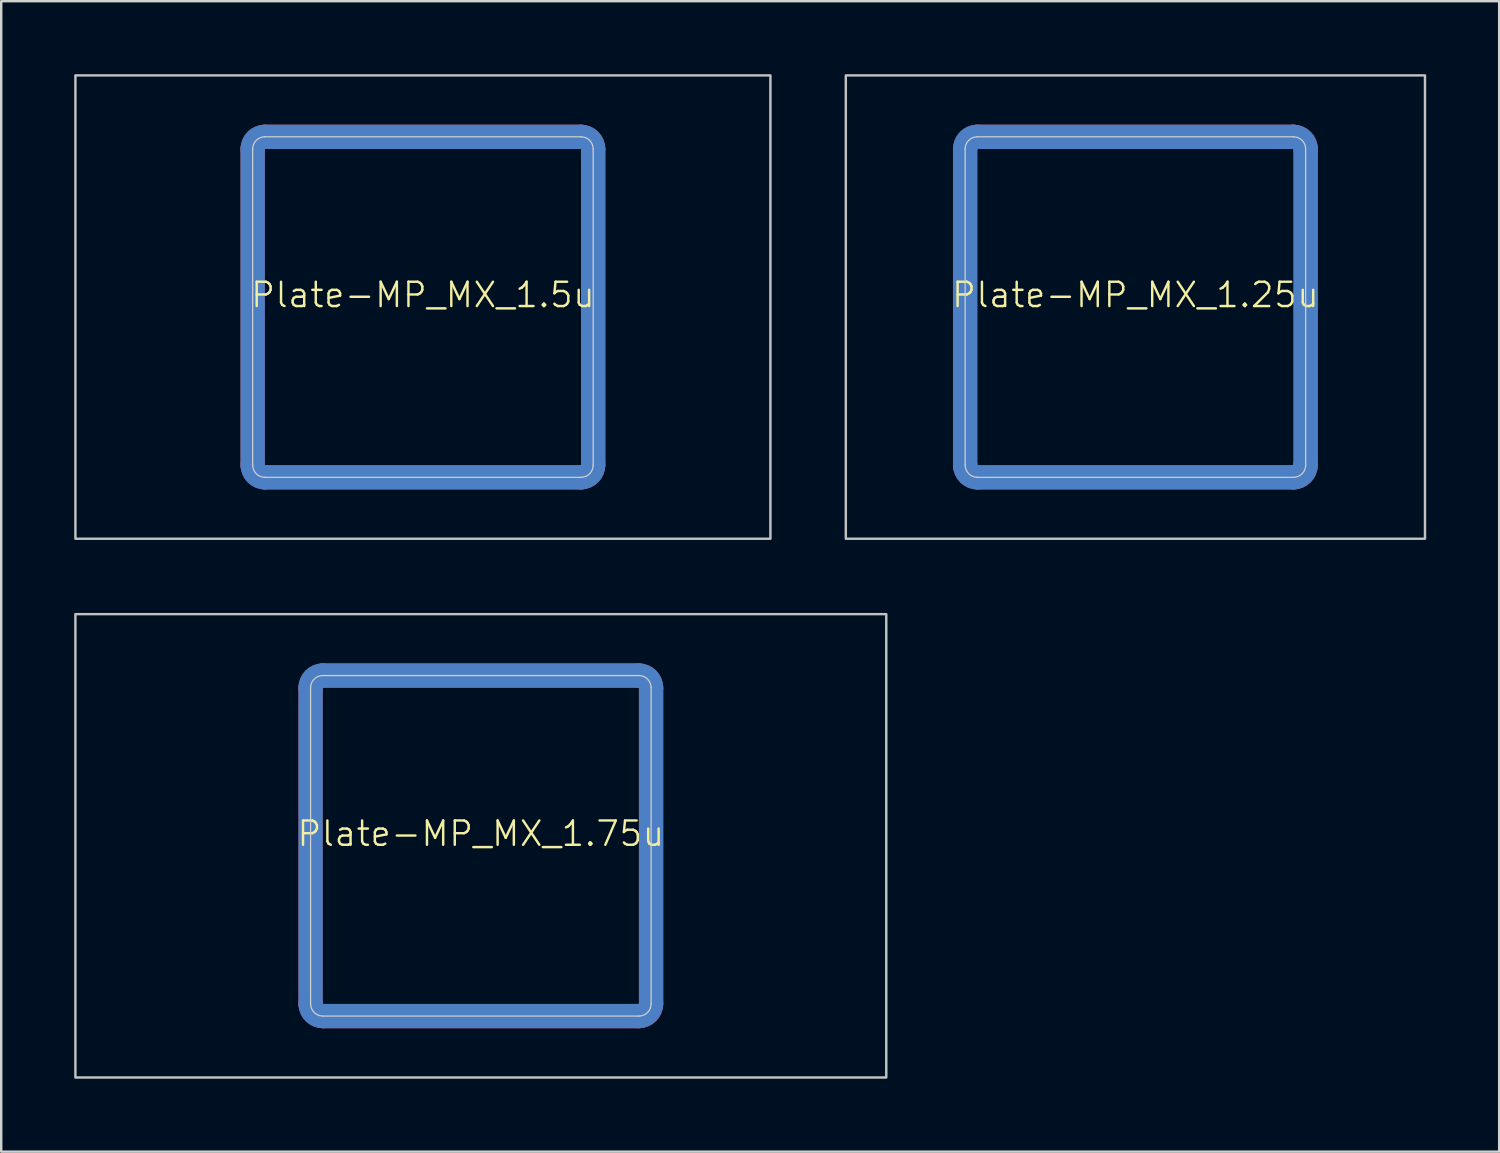
<source format=kicad_pcb>
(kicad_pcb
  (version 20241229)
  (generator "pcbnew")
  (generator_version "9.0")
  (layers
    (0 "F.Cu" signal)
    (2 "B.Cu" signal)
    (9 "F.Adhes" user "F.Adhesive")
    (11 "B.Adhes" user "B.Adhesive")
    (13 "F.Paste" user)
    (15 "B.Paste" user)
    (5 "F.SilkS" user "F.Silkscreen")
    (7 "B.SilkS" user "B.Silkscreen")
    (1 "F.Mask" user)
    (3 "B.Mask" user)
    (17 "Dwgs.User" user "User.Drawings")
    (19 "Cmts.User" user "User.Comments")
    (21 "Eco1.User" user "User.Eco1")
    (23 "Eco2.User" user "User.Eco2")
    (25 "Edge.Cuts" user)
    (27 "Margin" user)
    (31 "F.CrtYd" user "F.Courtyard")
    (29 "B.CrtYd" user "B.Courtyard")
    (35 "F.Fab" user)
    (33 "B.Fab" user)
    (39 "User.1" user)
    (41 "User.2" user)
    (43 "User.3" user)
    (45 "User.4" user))
  (footprint "Plate-MP_MX_1.75u"
    (layer "F.Cu")
    (at 16.719 31.725)
    (property "Reference" "Plate-MP_MX_1.75u" (at 0 -0.5 0) (unlocked yes) (layer "F.SilkS") (effects (font (size 1 1) (thickness 0.1))))
    (attr exclude_from_pos_files exclude_from_bom allow_missing_courtyard)
    (fp_line (start -7 -6.5) (end -7 6.5) (stroke (width 1) (type solid)) (layer "F.Cu"))
    (fp_line (start -6.5 7) (end 6.5 7) (stroke (width 1) (type solid)) (layer "F.Cu"))
    (fp_line (start 6.5 -7) (end -6.5 -7) (stroke (width 1) (type solid)) (layer "F.Cu"))
    (fp_line (start 7 6.5) (end 7 -6.5) (stroke (width 1) (type solid)) (layer "F.Cu"))
    (fp_arc (start -7 -6.5) (mid -6.853554 -6.853554) (end -6.5 -7) (stroke (width 1) (type solid)) (layer "F.Cu"))
    (fp_arc (start -6.497236 6.998884) (mid -6.85079 6.852438) (end -6.997236 6.498884) (stroke (width 1) (type solid)) (layer "F.Cu"))
    (fp_arc (start 6.5 -7) (mid 6.853554 -6.853554) (end 7 -6.5) (stroke (width 1) (type solid)) (layer "F.Cu"))
    (fp_arc (start 7 6.5) (mid 6.853554 6.853554) (end 6.5 7) (stroke (width 1) (type solid)) (layer "F.Cu"))
    (fp_line (start -7 -6.5) (end -7 6.5) (stroke (width 1.1) (type solid)) (layer "F.Mask"))
    (fp_line (start -6.5 7) (end 6.5 7) (stroke (width 1.1) (type solid)) (layer "F.Mask"))
    (fp_line (start 6.5 -7) (end -6.5 -7) (stroke (width 1.1) (type solid)) (layer "F.Mask"))
    (fp_line (start 7 6.5) (end 7 -6.5) (stroke (width 1.1) (type solid)) (layer "F.Mask"))
    (fp_arc (start -7 -6.5) (mid -6.853554 -6.853554) (end -6.5 -7) (stroke (width 1.1) (type solid)) (layer "F.Mask"))
    (fp_arc (start -6.497236 6.998884) (mid -6.85079 6.852438) (end -6.997236 6.498884) (stroke (width 1.1) (type solid)) (layer "F.Mask"))
    (fp_arc (start 6.5 -7) (mid 6.853554 -6.853554) (end 7 -6.5) (stroke (width 1.1) (type solid)) (layer "F.Mask"))
    (fp_arc (start 7 6.5) (mid 6.853554 6.853554) (end 6.5 7) (stroke (width 1.1) (type solid)) (layer "F.Mask"))
    (fp_line (start -7 6.5) (end -7 -6.5) (stroke (width 1) (type solid)) (layer "B.Cu"))
    (fp_line (start -6.5 -7) (end 6.5 -7) (stroke (width 1) (type solid)) (layer "B.Cu"))
    (fp_line (start 6.5 7) (end -6.5 7) (stroke (width 1) (type solid)) (layer "B.Cu"))
    (fp_line (start 7 -6.5) (end 7 6.5) (stroke (width 1) (type solid)) (layer "B.Cu"))
    (fp_arc (start -7 -6.5) (mid -6.853553 -6.853553) (end -6.5 -7) (stroke (width 1) (type solid)) (layer "B.Cu"))
    (fp_arc (start -6.5 7) (mid -6.853553 6.853553) (end -7 6.5) (stroke (width 1) (type solid)) (layer "B.Cu"))
    (fp_arc (start 6.5 -7) (mid 6.853554 -6.853554) (end 7 -6.5) (stroke (width 1) (type solid)) (layer "B.Cu"))
    (fp_arc (start 6.997236 6.498884) (mid 6.85079 6.852438) (end 6.497236 6.998884) (stroke (width 1) (type solid)) (layer "B.Cu"))
    (fp_line (start -7 6.5) (end -7 -6.5) (stroke (width 1.1) (type solid)) (layer "B.Mask"))
    (fp_line (start -6.5 -7) (end 6.5 -7) (stroke (width 1.1) (type solid)) (layer "B.Mask"))
    (fp_line (start 6.5 7) (end -6.5 7) (stroke (width 1.1) (type solid)) (layer "B.Mask"))
    (fp_line (start 7 -6.5) (end 7 6.5) (stroke (width 1.1) (type solid)) (layer "B.Mask"))
    (fp_arc (start -7 -6.5) (mid -6.853553 -6.853553) (end -6.5 -7) (stroke (width 1.1) (type solid)) (layer "B.Mask"))
    (fp_arc (start -6.5 7) (mid -6.853553 6.853553) (end -7 6.5) (stroke (width 1.1) (type solid)) (layer "B.Mask"))
    (fp_arc (start 6.5 -7) (mid 6.853554 -6.853554) (end 7 -6.5) (stroke (width 1.1) (type solid)) (layer "B.Mask"))
    (fp_arc (start 6.997236 6.498884) (mid 6.85079 6.852438) (end 6.497236 6.998884) (stroke (width 1.1) (type solid)) (layer "B.Mask"))
    (fp_rect (start -16.669 -9.525) (end 16.669 9.525) (stroke (width 0.1) (type solid)) (fill no) (layer "Dwgs.User"))
    (fp_line (start -7 -6.5) (end -7 6.5) (stroke (width 0.05) (type solid)) (layer "Edge.Cuts"))
    (fp_line (start -6.5 7) (end 6.5 7) (stroke (width 0.05) (type solid)) (layer "Edge.Cuts"))
    (fp_line (start 6.5 -7) (end -6.5 -7) (stroke (width 0.05) (type solid)) (layer "Edge.Cuts"))
    (fp_line (start 7 6.5) (end 7 -6.5) (stroke (width 0.05) (type solid)) (layer "Edge.Cuts"))
    (fp_arc (start -7 -6.5) (mid -6.853553 -6.853553) (end -6.5 -7) (stroke (width 0.05) (type solid)) (layer "Edge.Cuts"))
    (fp_arc (start -6.497236 6.998884) (mid -6.850789 6.852437) (end -6.997236 6.498884) (stroke (width 0.05) (type solid)) (layer "Edge.Cuts"))
    (fp_arc (start 6.5 -7) (mid 6.853554 -6.853554) (end 7 -6.5) (stroke (width 0.05) (type solid)) (layer "Edge.Cuts"))
    (fp_arc (start 7 6.5) (mid 6.853554 6.853554) (end 6.5 7) (stroke (width 0.05) (type solid)) (layer "Edge.Cuts")))
  (footprint "Plate-MP_MX_1.5u"
    (layer "F.Cu")
    (at 14.338 9.575)
    (property "Reference" "Plate-MP_MX_1.5u" (at 0 -0.5 0) (unlocked yes) (layer "F.SilkS") (effects (font (size 1 1) (thickness 0.1))))
    (attr exclude_from_pos_files exclude_from_bom allow_missing_courtyard)
    (fp_line (start -7 -6.5) (end -7 6.5) (stroke (width 1) (type solid)) (layer "F.Cu"))
    (fp_line (start -6.5 7) (end 6.5 7) (stroke (width 1) (type solid)) (layer "F.Cu"))
    (fp_line (start 6.5 -7) (end -6.5 -7) (stroke (width 1) (type solid)) (layer "F.Cu"))
    (fp_line (start 7 6.5) (end 7 -6.5) (stroke (width 1) (type solid)) (layer "F.Cu"))
    (fp_arc (start -7 -6.5) (mid -6.853554 -6.853554) (end -6.5 -7) (stroke (width 1) (type solid)) (layer "F.Cu"))
    (fp_arc (start -6.497236 6.998884) (mid -6.85079 6.852438) (end -6.997236 6.498884) (stroke (width 1) (type solid)) (layer "F.Cu"))
    (fp_arc (start 6.5 -7) (mid 6.853554 -6.853554) (end 7 -6.5) (stroke (width 1) (type solid)) (layer "F.Cu"))
    (fp_arc (start 7 6.5) (mid 6.853554 6.853554) (end 6.5 7) (stroke (width 1) (type solid)) (layer "F.Cu"))
    (fp_line (start -7 -6.5) (end -7 6.5) (stroke (width 1.1) (type solid)) (layer "F.Mask"))
    (fp_line (start -6.5 7) (end 6.5 7) (stroke (width 1.1) (type solid)) (layer "F.Mask"))
    (fp_line (start 6.5 -7) (end -6.5 -7) (stroke (width 1.1) (type solid)) (layer "F.Mask"))
    (fp_line (start 7 6.5) (end 7 -6.5) (stroke (width 1.1) (type solid)) (layer "F.Mask"))
    (fp_arc (start -7 -6.5) (mid -6.853554 -6.853554) (end -6.5 -7) (stroke (width 1.1) (type solid)) (layer "F.Mask"))
    (fp_arc (start -6.497236 6.998884) (mid -6.85079 6.852438) (end -6.997236 6.498884) (stroke (width 1.1) (type solid)) (layer "F.Mask"))
    (fp_arc (start 6.5 -7) (mid 6.853554 -6.853554) (end 7 -6.5) (stroke (width 1.1) (type solid)) (layer "F.Mask"))
    (fp_arc (start 7 6.5) (mid 6.853554 6.853554) (end 6.5 7) (stroke (width 1.1) (type solid)) (layer "F.Mask"))
    (fp_line (start -7 6.5) (end -7 -6.5) (stroke (width 1) (type solid)) (layer "B.Cu"))
    (fp_line (start -6.5 -7) (end 6.5 -7) (stroke (width 1) (type solid)) (layer "B.Cu"))
    (fp_line (start 6.5 7) (end -6.5 7) (stroke (width 1) (type solid)) (layer "B.Cu"))
    (fp_line (start 7 -6.5) (end 7 6.5) (stroke (width 1) (type solid)) (layer "B.Cu"))
    (fp_arc (start -7 -6.5) (mid -6.853553 -6.853553) (end -6.5 -7) (stroke (width 1) (type solid)) (layer "B.Cu"))
    (fp_arc (start -6.5 7) (mid -6.853553 6.853553) (end -7 6.5) (stroke (width 1) (type solid)) (layer "B.Cu"))
    (fp_arc (start 6.5 -7) (mid 6.853554 -6.853554) (end 7 -6.5) (stroke (width 1) (type solid)) (layer "B.Cu"))
    (fp_arc (start 6.997236 6.498884) (mid 6.85079 6.852438) (end 6.497236 6.998884) (stroke (width 1) (type solid)) (layer "B.Cu"))
    (fp_line (start -7 6.5) (end -7 -6.5) (stroke (width 1.1) (type solid)) (layer "B.Mask"))
    (fp_line (start -6.5 -7) (end 6.5 -7) (stroke (width 1.1) (type solid)) (layer "B.Mask"))
    (fp_line (start 6.5 7) (end -6.5 7) (stroke (width 1.1) (type solid)) (layer "B.Mask"))
    (fp_line (start 7 -6.5) (end 7 6.5) (stroke (width 1.1) (type solid)) (layer "B.Mask"))
    (fp_arc (start -7 -6.5) (mid -6.853553 -6.853553) (end -6.5 -7) (stroke (width 1.1) (type solid)) (layer "B.Mask"))
    (fp_arc (start -6.5 7) (mid -6.853553 6.853553) (end -7 6.5) (stroke (width 1.1) (type solid)) (layer "B.Mask"))
    (fp_arc (start 6.5 -7) (mid 6.853554 -6.853554) (end 7 -6.5) (stroke (width 1.1) (type solid)) (layer "B.Mask"))
    (fp_arc (start 6.997236 6.498884) (mid 6.85079 6.852438) (end 6.497236 6.998884) (stroke (width 1.1) (type solid)) (layer "B.Mask"))
    (fp_rect (start -14.287 -9.525) (end 14.287 9.525) (stroke (width 0.1) (type solid)) (fill no) (layer "Dwgs.User"))
    (fp_line (start -7 -6.5) (end -7 6.5) (stroke (width 0.05) (type solid)) (layer "Edge.Cuts"))
    (fp_line (start -6.5 7) (end 6.5 7) (stroke (width 0.05) (type solid)) (layer "Edge.Cuts"))
    (fp_line (start 6.5 -7) (end -6.5 -7) (stroke (width 0.05) (type solid)) (layer "Edge.Cuts"))
    (fp_line (start 7 6.5) (end 7 -6.5) (stroke (width 0.05) (type solid)) (layer "Edge.Cuts"))
    (fp_arc (start -7 -6.5) (mid -6.853553 -6.853553) (end -6.5 -7) (stroke (width 0.05) (type solid)) (layer "Edge.Cuts"))
    (fp_arc (start -6.497236 6.998884) (mid -6.850789 6.852437) (end -6.997236 6.498884) (stroke (width 0.05) (type solid)) (layer "Edge.Cuts"))
    (fp_arc (start 6.5 -7) (mid 6.853554 -6.853554) (end 7 -6.5) (stroke (width 0.05) (type solid)) (layer "Edge.Cuts"))
    (fp_arc (start 7 6.5) (mid 6.853554 6.853554) (end 6.5 7) (stroke (width 0.05) (type solid)) (layer "Edge.Cuts")))
  (footprint "Plate-MP_MX_1.25u"
    (layer "F.Cu")
    (at 43.631 9.575)
    (property "Reference" "Plate-MP_MX_1.25u" (at 0 -0.5 0) (unlocked yes) (layer "F.SilkS") (effects (font (size 1 1) (thickness 0.1))))
    (attr exclude_from_pos_files exclude_from_bom allow_missing_courtyard)
    (fp_line (start -7 -6.5) (end -7 6.5) (stroke (width 1) (type solid)) (layer "F.Cu"))
    (fp_line (start -6.5 7) (end 6.5 7) (stroke (width 1) (type solid)) (layer "F.Cu"))
    (fp_line (start 6.5 -7) (end -6.5 -7) (stroke (width 1) (type solid)) (layer "F.Cu"))
    (fp_line (start 7 6.5) (end 7 -6.5) (stroke (width 1) (type solid)) (layer "F.Cu"))
    (fp_arc (start -7 -6.5) (mid -6.853554 -6.853554) (end -6.5 -7) (stroke (width 1) (type solid)) (layer "F.Cu"))
    (fp_arc (start -6.497236 6.998884) (mid -6.85079 6.852438) (end -6.997236 6.498884) (stroke (width 1) (type solid)) (layer "F.Cu"))
    (fp_arc (start 6.5 -7) (mid 6.853554 -6.853554) (end 7 -6.5) (stroke (width 1) (type solid)) (layer "F.Cu"))
    (fp_arc (start 7 6.5) (mid 6.853554 6.853554) (end 6.5 7) (stroke (width 1) (type solid)) (layer "F.Cu"))
    (fp_line (start -7 -6.5) (end -7 6.5) (stroke (width 1.1) (type solid)) (layer "F.Mask"))
    (fp_line (start -6.5 7) (end 6.5 7) (stroke (width 1.1) (type solid)) (layer "F.Mask"))
    (fp_line (start 6.5 -7) (end -6.5 -7) (stroke (width 1.1) (type solid)) (layer "F.Mask"))
    (fp_line (start 7 6.5) (end 7 -6.5) (stroke (width 1.1) (type solid)) (layer "F.Mask"))
    (fp_arc (start -7 -6.5) (mid -6.853554 -6.853554) (end -6.5 -7) (stroke (width 1.1) (type solid)) (layer "F.Mask"))
    (fp_arc (start -6.497236 6.998884) (mid -6.85079 6.852438) (end -6.997236 6.498884) (stroke (width 1.1) (type solid)) (layer "F.Mask"))
    (fp_arc (start 6.5 -7) (mid 6.853554 -6.853554) (end 7 -6.5) (stroke (width 1.1) (type solid)) (layer "F.Mask"))
    (fp_arc (start 7 6.5) (mid 6.853554 6.853554) (end 6.5 7) (stroke (width 1.1) (type solid)) (layer "F.Mask"))
    (fp_line (start -7 6.5) (end -7 -6.5) (stroke (width 1) (type solid)) (layer "B.Cu"))
    (fp_line (start -6.5 -7) (end 6.5 -7) (stroke (width 1) (type solid)) (layer "B.Cu"))
    (fp_line (start 6.5 7) (end -6.5 7) (stroke (width 1) (type solid)) (layer "B.Cu"))
    (fp_line (start 7 -6.5) (end 7 6.5) (stroke (width 1) (type solid)) (layer "B.Cu"))
    (fp_arc (start -7 -6.5) (mid -6.853553 -6.853553) (end -6.5 -7) (stroke (width 1) (type solid)) (layer "B.Cu"))
    (fp_arc (start -6.5 7) (mid -6.853553 6.853553) (end -7 6.5) (stroke (width 1) (type solid)) (layer "B.Cu"))
    (fp_arc (start 6.5 -7) (mid 6.853554 -6.853554) (end 7 -6.5) (stroke (width 1) (type solid)) (layer "B.Cu"))
    (fp_arc (start 6.997236 6.498884) (mid 6.85079 6.852438) (end 6.497236 6.998884) (stroke (width 1) (type solid)) (layer "B.Cu"))
    (fp_line (start -7 6.5) (end -7 -6.5) (stroke (width 1.1) (type solid)) (layer "B.Mask"))
    (fp_line (start -6.5 -7) (end 6.5 -7) (stroke (width 1.1) (type solid)) (layer "B.Mask"))
    (fp_line (start 6.5 7) (end -6.5 7) (stroke (width 1.1) (type solid)) (layer "B.Mask"))
    (fp_line (start 7 -6.5) (end 7 6.5) (stroke (width 1.1) (type solid)) (layer "B.Mask"))
    (fp_arc (start -7 -6.5) (mid -6.853553 -6.853553) (end -6.5 -7) (stroke (width 1.1) (type solid)) (layer "B.Mask"))
    (fp_arc (start -6.5 7) (mid -6.853553 6.853553) (end -7 6.5) (stroke (width 1.1) (type solid)) (layer "B.Mask"))
    (fp_arc (start 6.5 -7) (mid 6.853554 -6.853554) (end 7 -6.5) (stroke (width 1.1) (type solid)) (layer "B.Mask"))
    (fp_arc (start 6.997236 6.498884) (mid 6.85079 6.852438) (end 6.497236 6.998884) (stroke (width 1.1) (type solid)) (layer "B.Mask"))
    (fp_rect (start -11.906 -9.525) (end 11.906 9.525) (stroke (width 0.1) (type solid)) (fill no) (layer "Dwgs.User"))
    (fp_line (start -7 -6.5) (end -7 6.5) (stroke (width 0.05) (type solid)) (layer "Edge.Cuts"))
    (fp_line (start -6.5 7) (end 6.5 7) (stroke (width 0.05) (type solid)) (layer "Edge.Cuts"))
    (fp_line (start 6.5 -7) (end -6.5 -7) (stroke (width 0.05) (type solid)) (layer "Edge.Cuts"))
    (fp_line (start 7 6.5) (end 7 -6.5) (stroke (width 0.05) (type solid)) (layer "Edge.Cuts"))
    (fp_arc (start -7 -6.5) (mid -6.853553 -6.853553) (end -6.5 -7) (stroke (width 0.05) (type solid)) (layer "Edge.Cuts"))
    (fp_arc (start -6.497236 6.998884) (mid -6.850789 6.852437) (end -6.997236 6.498884) (stroke (width 0.05) (type solid)) (layer "Edge.Cuts"))
    (fp_arc (start 6.5 -7) (mid 6.853554 -6.853554) (end 7 -6.5) (stroke (width 0.05) (type solid)) (layer "Edge.Cuts"))
    (fp_arc (start 7 6.5) (mid 6.853554 6.853554) (end 6.5 7) (stroke (width 0.05) (type solid)) (layer "Edge.Cuts")))
  (gr_rect
    (start -3 -3)
    (end 58.587 44.3)
    (stroke (width 0.1) (type default))
    (fill no)
    (layer "Edge.Cuts")))
</source>
